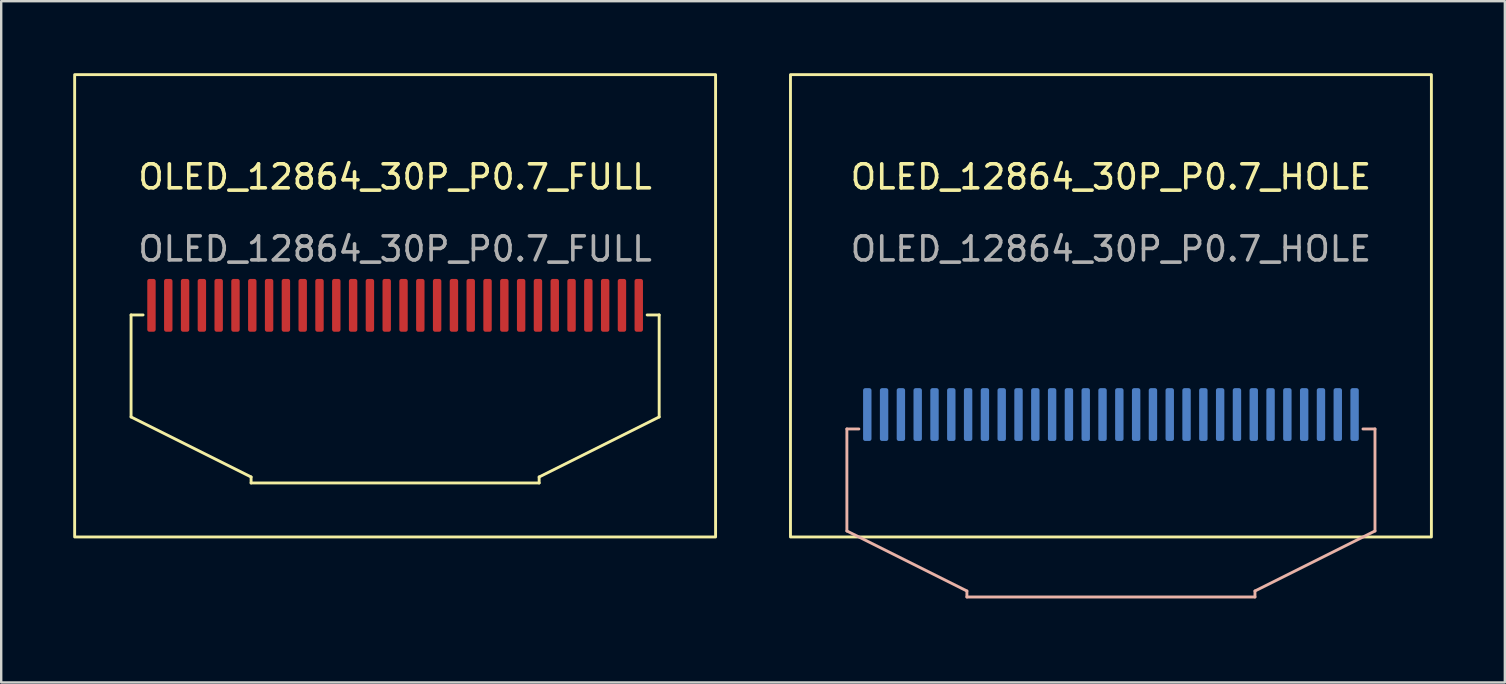
<source format=kicad_pcb>
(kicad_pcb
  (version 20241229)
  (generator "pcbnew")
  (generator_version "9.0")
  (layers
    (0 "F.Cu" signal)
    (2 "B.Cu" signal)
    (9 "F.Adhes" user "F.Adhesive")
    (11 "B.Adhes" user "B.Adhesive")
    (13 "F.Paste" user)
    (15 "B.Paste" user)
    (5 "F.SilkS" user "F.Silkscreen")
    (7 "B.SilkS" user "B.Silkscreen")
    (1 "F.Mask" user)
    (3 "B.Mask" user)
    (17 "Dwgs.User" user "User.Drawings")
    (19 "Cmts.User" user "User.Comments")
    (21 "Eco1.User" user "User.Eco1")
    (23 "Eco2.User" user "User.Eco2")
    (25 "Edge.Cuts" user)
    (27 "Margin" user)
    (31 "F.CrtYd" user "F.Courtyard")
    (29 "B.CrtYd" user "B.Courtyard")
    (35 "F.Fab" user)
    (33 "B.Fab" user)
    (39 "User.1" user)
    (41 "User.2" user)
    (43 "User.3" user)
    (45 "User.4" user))
  (footprint "OLED_12864_30P_P0.7_FULL"
    (layer "F.Cu")
    (at 13.41 19.32)
    (property "Reference" "OLED_12864_30P_P0.7_FULL" (at 0 -15 0) (unlocked yes) (layer "F.SilkS") (effects (font (size 1 1) (thickness 0.15))))
    (attr smd)
    (fp_line (start -11 -9.25) (end -11 -5) (stroke (width 0.12) (type solid)) (layer "F.SilkS"))
    (fp_line (start -11 -9.25) (end -10.5 -9.25) (stroke (width 0.12) (type solid)) (layer "F.SilkS"))
    (fp_line (start -11 -5) (end -6 -2.5) (stroke (width 0.12) (type solid)) (layer "F.SilkS"))
    (fp_line (start -6 -2.25) (end -6 -2.5) (stroke (width 0.12) (type solid)) (layer "F.SilkS"))
    (fp_line (start 6 -2.5) (end 11 -5) (stroke (width 0.12) (type solid)) (layer "F.SilkS"))
    (fp_line (start 6 -2.25) (end -6 -2.25) (stroke (width 0.12) (type solid)) (layer "F.SilkS"))
    (fp_line (start 6 -2.25) (end 6 -2.5) (stroke (width 0.12) (type solid)) (layer "F.SilkS"))
    (fp_line (start 11 -9.25) (end 10.5 -9.25) (stroke (width 0.12) (type solid)) (layer "F.SilkS"))
    (fp_rect (start -13.35 -19.26) (end 13.35 0) (stroke (width 0.12) (type solid)) (fill no) (layer "F.SilkS"))
    (fp_rect (start 11 -9.25) (end 11 -5) (stroke (width 0.12) (type solid)) (fill no) (layer "F.SilkS"))
    (fp_text user "${REFERENCE}" (at 0 -12 0) (unlocked yes) (layer "F.Fab") (effects (font (size 1 1) (thickness 0.15))))
    (pad "1" smd roundrect (at -10.15 -9.65 180) (size 0.35 2.2) (layers "F.Cu" "F.Mask" "F.Paste") (roundrect_rratio 0.25))
    (pad "2" smd roundrect (at -9.45 -9.65 180) (size 0.35 2.2) (layers "F.Cu" "F.Mask" "F.Paste") (roundrect_rratio 0.25))
    (pad "3" smd roundrect (at -8.75 -9.65 180) (size 0.35 2.2) (layers "F.Cu" "F.Mask" "F.Paste") (roundrect_rratio 0.25))
    (pad "4" smd roundrect (at -8.05 -9.65 180) (size 0.35 2.2) (layers "F.Cu" "F.Mask" "F.Paste") (roundrect_rratio 0.25))
    (pad "5" smd roundrect (at -7.35 -9.65 180) (size 0.35 2.2) (layers "F.Cu" "F.Mask" "F.Paste") (roundrect_rratio 0.25))
    (pad "6" smd roundrect (at -6.65 -9.65 180) (size 0.35 2.2) (layers "F.Cu" "F.Mask" "F.Paste") (roundrect_rratio 0.25))
    (pad "7" smd roundrect (at -5.95 -9.65 180) (size 0.35 2.2) (layers "F.Cu" "F.Mask" "F.Paste") (roundrect_rratio 0.25))
    (pad "8" smd roundrect (at -5.25 -9.65 180) (size 0.35 2.2) (layers "F.Cu" "F.Mask" "F.Paste") (roundrect_rratio 0.25))
    (pad "9" smd roundrect (at -4.55 -9.65 180) (size 0.35 2.2) (layers "F.Cu" "F.Mask" "F.Paste") (roundrect_rratio 0.25))
    (pad "10" smd roundrect (at -3.85 -9.65 180) (size 0.35 2.2) (layers "F.Cu" "F.Mask" "F.Paste") (roundrect_rratio 0.25))
    (pad "11" smd roundrect (at -3.15 -9.65 180) (size 0.35 2.2) (layers "F.Cu" "F.Mask" "F.Paste") (roundrect_rratio 0.25))
    (pad "12" smd roundrect (at -2.45 -9.65 180) (size 0.35 2.2) (layers "F.Cu" "F.Mask" "F.Paste") (roundrect_rratio 0.25))
    (pad "13" smd roundrect (at -1.75 -9.65 180) (size 0.35 2.2) (layers "F.Cu" "F.Mask" "F.Paste") (roundrect_rratio 0.25))
    (pad "14" smd roundrect (at -1.05 -9.65 180) (size 0.35 2.2) (layers "F.Cu" "F.Mask" "F.Paste") (roundrect_rratio 0.25))
    (pad "15" smd roundrect (at -0.35 -9.65 180) (size 0.35 2.2) (layers "F.Cu" "F.Mask" "F.Paste") (roundrect_rratio 0.25))
    (pad "16" smd roundrect (at 0.35 -9.65 180) (size 0.35 2.2) (layers "F.Cu" "F.Mask" "F.Paste") (roundrect_rratio 0.25))
    (pad "17" smd roundrect (at 1.05 -9.65 180) (size 0.35 2.2) (layers "F.Cu" "F.Mask" "F.Paste") (roundrect_rratio 0.25))
    (pad "18" smd roundrect (at 1.75 -9.65 180) (size 0.35 2.2) (layers "F.Cu" "F.Mask" "F.Paste") (roundrect_rratio 0.25))
    (pad "19" smd roundrect (at 2.45 -9.65 180) (size 0.35 2.2) (layers "F.Cu" "F.Mask" "F.Paste") (roundrect_rratio 0.25))
    (pad "20" smd roundrect (at 3.15 -9.65 180) (size 0.35 2.2) (layers "F.Cu" "F.Mask" "F.Paste") (roundrect_rratio 0.25))
    (pad "21" smd roundrect (at 3.85 -9.65 180) (size 0.35 2.2) (layers "F.Cu" "F.Mask" "F.Paste") (roundrect_rratio 0.25))
    (pad "22" smd roundrect (at 4.55 -9.65 180) (size 0.35 2.2) (layers "F.Cu" "F.Mask" "F.Paste") (roundrect_rratio 0.25))
    (pad "23" smd roundrect (at 5.25 -9.65 180) (size 0.35 2.2) (layers "F.Cu" "F.Mask" "F.Paste") (roundrect_rratio 0.25))
    (pad "24" smd roundrect (at 5.95 -9.65 180) (size 0.35 2.2) (layers "F.Cu" "F.Mask" "F.Paste") (roundrect_rratio 0.25))
    (pad "25" smd roundrect (at 6.65 -9.65 180) (size 0.35 2.2) (layers "F.Cu" "F.Mask" "F.Paste") (roundrect_rratio 0.25))
    (pad "26" smd roundrect (at 7.35 -9.65 180) (size 0.35 2.2) (layers "F.Cu" "F.Mask" "F.Paste") (roundrect_rratio 0.25))
    (pad "27" smd roundrect (at 8.05 -9.65 180) (size 0.35 2.2) (layers "F.Cu" "F.Mask" "F.Paste") (roundrect_rratio 0.25))
    (pad "28" smd roundrect (at 8.75 -9.65 180) (size 0.35 2.2) (layers "F.Cu" "F.Mask" "F.Paste") (roundrect_rratio 0.25))
    (pad "29" smd roundrect (at 9.45 -9.65 180) (size 0.35 2.2) (layers "F.Cu" "F.Mask" "F.Paste") (roundrect_rratio 0.25))
    (pad "30" smd roundrect (at 10.15 -9.65 180) (size 0.35 2.2) (layers "F.Cu" "F.Mask" "F.Paste") (roundrect_rratio 0.25)))
  (footprint "OLED_12864_30P_P0.7_HOLE"
    (layer "F.Cu")
    (at 43.23 19.32)
    (property "Reference" "OLED_12864_30P_P0.7_HOLE" (at 0 -15 0) (unlocked yes) (layer "F.SilkS") (effects (font (size 1 1) (thickness 0.15))))
    (attr smd)
    (fp_rect (start -13.35 -19.26) (end 13.35 0) (stroke (width 0.12) (type solid)) (fill no) (layer "F.SilkS"))
    (fp_line (start -11 -4.5) (end -11 -0.25) (stroke (width 0.12) (type solid)) (layer "B.SilkS"))
    (fp_line (start -11 -4.5) (end -10.5 -4.5) (stroke (width 0.12) (type solid)) (layer "B.SilkS"))
    (fp_line (start -11 -0.25) (end -6 2.25) (stroke (width 0.12) (type solid)) (layer "B.SilkS"))
    (fp_line (start -6 2.5) (end -6 2.25) (stroke (width 0.12) (type solid)) (layer "B.SilkS"))
    (fp_line (start 6 2.25) (end 11 -0.25) (stroke (width 0.12) (type solid)) (layer "B.SilkS"))
    (fp_line (start 6 2.5) (end -6 2.5) (stroke (width 0.12) (type solid)) (layer "B.SilkS"))
    (fp_line (start 6 2.5) (end 6 2.25) (stroke (width 0.12) (type solid)) (layer "B.SilkS"))
    (fp_line (start 11 -4.5) (end 10.5 -4.5) (stroke (width 0.12) (type solid)) (layer "B.SilkS"))
    (fp_rect (start 11 -4.5) (end 11 -0.25) (stroke (width 0.12) (type solid)) (fill no) (layer "B.SilkS"))
    (fp_line (start -11 2) (end 11 2) (stroke (width 0.12) (type solid)) (layer "Eco1.User"))
    (fp_line (start 11 3) (end -11 3) (stroke (width 0.12) (type solid)) (layer "Eco1.User"))
    (fp_arc (start -11 3) (mid -11.5 2.5) (end -11 2) (stroke (width 0.12) (type solid)) (layer "Eco1.User"))
    (fp_arc (start 11 2) (mid 11.5 2.5) (end 11 3) (stroke (width 0.12) (type solid)) (layer "Eco1.User"))
    (fp_text user "${REFERENCE}" (at 0 -12 0) (unlocked yes) (layer "F.Fab") (effects (font (size 1 1) (thickness 0.15))))
    (pad "1" smd roundrect (at -10.15 -5.1) (size 0.35 2.2) (layers "B.Cu" "B.Mask" "B.Paste") (roundrect_rratio 0.25))
    (pad "2" smd roundrect (at -9.45 -5.1) (size 0.35 2.2) (layers "B.Cu" "B.Mask" "B.Paste") (roundrect_rratio 0.25))
    (pad "3" smd roundrect (at -8.75 -5.1) (size 0.35 2.2) (layers "B.Cu" "B.Mask" "B.Paste") (roundrect_rratio 0.25))
    (pad "4" smd roundrect (at -8.05 -5.1) (size 0.35 2.2) (layers "B.Cu" "B.Mask" "B.Paste") (roundrect_rratio 0.25))
    (pad "5" smd roundrect (at -7.35 -5.1) (size 0.35 2.2) (layers "B.Cu" "B.Mask" "B.Paste") (roundrect_rratio 0.25))
    (pad "6" smd roundrect (at -6.65 -5.1) (size 0.35 2.2) (layers "B.Cu" "B.Mask" "B.Paste") (roundrect_rratio 0.25))
    (pad "7" smd roundrect (at -5.95 -5.1) (size 0.35 2.2) (layers "B.Cu" "B.Mask" "B.Paste") (roundrect_rratio 0.25))
    (pad "8" smd roundrect (at -5.25 -5.1) (size 0.35 2.2) (layers "B.Cu" "B.Mask" "B.Paste") (roundrect_rratio 0.25))
    (pad "9" smd roundrect (at -4.55 -5.1) (size 0.35 2.2) (layers "B.Cu" "B.Mask" "B.Paste") (roundrect_rratio 0.25))
    (pad "10" smd roundrect (at -3.85 -5.1) (size 0.35 2.2) (layers "B.Cu" "B.Mask" "B.Paste") (roundrect_rratio 0.25))
    (pad "11" smd roundrect (at -3.15 -5.1) (size 0.35 2.2) (layers "B.Cu" "B.Mask" "B.Paste") (roundrect_rratio 0.25))
    (pad "12" smd roundrect (at -2.45 -5.1) (size 0.35 2.2) (layers "B.Cu" "B.Mask" "B.Paste") (roundrect_rratio 0.25))
    (pad "13" smd roundrect (at -1.75 -5.1) (size 0.35 2.2) (layers "B.Cu" "B.Mask" "B.Paste") (roundrect_rratio 0.25))
    (pad "14" smd roundrect (at -1.05 -5.1) (size 0.35 2.2) (layers "B.Cu" "B.Mask" "B.Paste") (roundrect_rratio 0.25))
    (pad "15" smd roundrect (at -0.35 -5.1) (size 0.35 2.2) (layers "B.Cu" "B.Mask" "B.Paste") (roundrect_rratio 0.25))
    (pad "16" smd roundrect (at 0.35 -5.1) (size 0.35 2.2) (layers "B.Cu" "B.Mask" "B.Paste") (roundrect_rratio 0.25))
    (pad "17" smd roundrect (at 1.05 -5.1) (size 0.35 2.2) (layers "B.Cu" "B.Mask" "B.Paste") (roundrect_rratio 0.25))
    (pad "18" smd roundrect (at 1.75 -5.1) (size 0.35 2.2) (layers "B.Cu" "B.Mask" "B.Paste") (roundrect_rratio 0.25))
    (pad "19" smd roundrect (at 2.45 -5.1) (size 0.35 2.2) (layers "B.Cu" "B.Mask" "B.Paste") (roundrect_rratio 0.25))
    (pad "20" smd roundrect (at 3.15 -5.1) (size 0.35 2.2) (layers "B.Cu" "B.Mask" "B.Paste") (roundrect_rratio 0.25))
    (pad "21" smd roundrect (at 3.85 -5.1) (size 0.35 2.2) (layers "B.Cu" "B.Mask" "B.Paste") (roundrect_rratio 0.25))
    (pad "22" smd roundrect (at 4.55 -5.1) (size 0.35 2.2) (layers "B.Cu" "B.Mask" "B.Paste") (roundrect_rratio 0.25))
    (pad "23" smd roundrect (at 5.25 -5.1) (size 0.35 2.2) (layers "B.Cu" "B.Mask" "B.Paste") (roundrect_rratio 0.25))
    (pad "24" smd roundrect (at 5.95 -5.1) (size 0.35 2.2) (layers "B.Cu" "B.Mask" "B.Paste") (roundrect_rratio 0.25))
    (pad "25" smd roundrect (at 6.65 -5.1) (size 0.35 2.2) (layers "B.Cu" "B.Mask" "B.Paste") (roundrect_rratio 0.25))
    (pad "26" smd roundrect (at 7.35 -5.1) (size 0.35 2.2) (layers "B.Cu" "B.Mask" "B.Paste") (roundrect_rratio 0.25))
    (pad "27" smd roundrect (at 8.05 -5.1) (size 0.35 2.2) (layers "B.Cu" "B.Mask" "B.Paste") (roundrect_rratio 0.25))
    (pad "28" smd roundrect (at 8.75 -5.1) (size 0.35 2.2) (layers "B.Cu" "B.Mask" "B.Paste") (roundrect_rratio 0.25))
    (pad "29" smd roundrect (at 9.45 -5.1) (size 0.35 2.2) (layers "B.Cu" "B.Mask" "B.Paste") (roundrect_rratio 0.25))
    (pad "30" smd roundrect (at 10.15 -5.1) (size 0.35 2.2) (layers "B.Cu" "B.Mask" "B.Paste") (roundrect_rratio 0.25)))
  (gr_rect
    (start -3 -3)
    (end 59.64 25.38)
    (stroke (width 0.1) (type default))
    (fill no)
    (layer "Edge.Cuts")))
</source>
